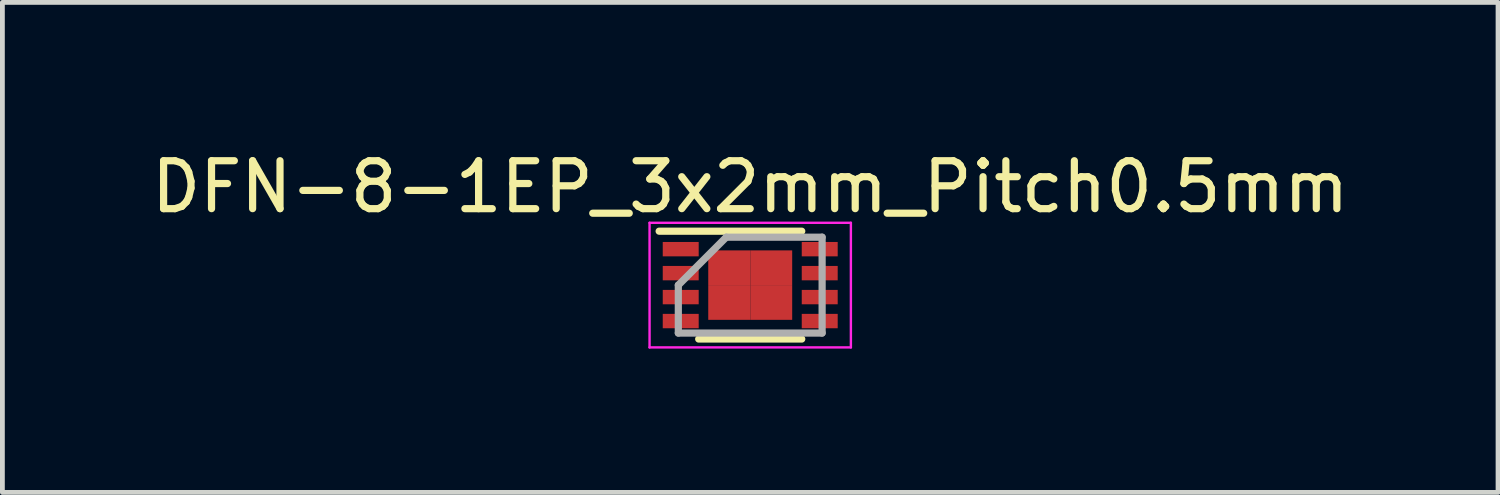
<source format=kicad_pcb>
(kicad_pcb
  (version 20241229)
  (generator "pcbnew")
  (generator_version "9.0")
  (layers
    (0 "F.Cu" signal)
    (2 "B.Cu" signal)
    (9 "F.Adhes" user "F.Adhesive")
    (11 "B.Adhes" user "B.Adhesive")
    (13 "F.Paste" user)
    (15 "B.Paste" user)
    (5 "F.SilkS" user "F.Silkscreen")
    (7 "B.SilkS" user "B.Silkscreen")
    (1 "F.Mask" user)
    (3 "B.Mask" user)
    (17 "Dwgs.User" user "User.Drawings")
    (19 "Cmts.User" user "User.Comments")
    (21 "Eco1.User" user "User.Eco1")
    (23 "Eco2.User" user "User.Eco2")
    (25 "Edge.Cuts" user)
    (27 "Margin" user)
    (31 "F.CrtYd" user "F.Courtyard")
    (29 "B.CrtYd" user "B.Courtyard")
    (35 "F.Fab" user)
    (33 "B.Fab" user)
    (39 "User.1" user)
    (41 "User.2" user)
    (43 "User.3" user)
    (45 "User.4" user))
  (footprint "DFN-8-1EP_3x2mm_Pitch0.5mm"
    (layer "F.Cu")
    (at 12.601 2.898)
    (property "Reference" "DFN-8-1EP_3x2mm_Pitch0.5mm" (at 0 -2.05 0) (layer "F.SilkS") (effects (font (size 1 1) (thickness 0.15))))
    (attr smd)
    (fp_line (start -1.9 -1.125) (end 1.075 -1.125) (stroke (width 0.15) (type solid)) (layer "F.SilkS"))
    (fp_line (start -1.075 1.125) (end 1.075 1.125) (stroke (width 0.15) (type solid)) (layer "F.SilkS"))
    (fp_line (start -2.1 -1.3) (end -2.1 1.3) (stroke (width 0.05) (type solid)) (layer "F.CrtYd"))
    (fp_line (start -2.1 -1.3) (end 2.1 -1.3) (stroke (width 0.05) (type solid)) (layer "F.CrtYd"))
    (fp_line (start -2.1 1.3) (end 2.1 1.3) (stroke (width 0.05) (type solid)) (layer "F.CrtYd"))
    (fp_line (start 2.1 -1.3) (end 2.1 1.3) (stroke (width 0.05) (type solid)) (layer "F.CrtYd"))
    (fp_line (start -1.5 0) (end -0.5 -1) (stroke (width 0.15) (type solid)) (layer "F.Fab"))
    (fp_line (start -1.5 1) (end -1.5 0) (stroke (width 0.15) (type solid)) (layer "F.Fab"))
    (fp_line (start -0.5 -1) (end 1.5 -1) (stroke (width 0.15) (type solid)) (layer "F.Fab"))
    (fp_line (start 1.5 -1) (end 1.5 1) (stroke (width 0.15) (type solid)) (layer "F.Fab"))
    (fp_line (start 1.5 1) (end -1.5 1) (stroke (width 0.15) (type solid)) (layer "F.Fab"))
    (pad "1" smd rect (at -1.45 -0.75) (size 0.75 0.3) (layers "F.Cu" "F.Mask" "F.Paste"))
    (pad "2" smd rect (at -1.45 -0.25) (size 0.75 0.3) (layers "F.Cu" "F.Mask" "F.Paste"))
    (pad "3" smd rect (at -1.45 0.25) (size 0.75 0.3) (layers "F.Cu" "F.Mask" "F.Paste"))
    (pad "4" smd rect (at -1.45 0.75) (size 0.75 0.3) (layers "F.Cu" "F.Mask" "F.Paste"))
    (pad "5" smd rect (at 1.45 0.75) (size 0.75 0.3) (layers "F.Cu" "F.Mask" "F.Paste"))
    (pad "6" smd rect (at 1.45 0.25) (size 0.75 0.3) (layers "F.Cu" "F.Mask" "F.Paste"))
    (pad "7" smd rect (at 1.45 -0.25) (size 0.75 0.3) (layers "F.Cu" "F.Mask" "F.Paste"))
    (pad "8" smd rect (at 1.45 -0.75) (size 0.75 0.3) (layers "F.Cu" "F.Mask" "F.Paste"))
    (pad "9" smd rect (at -0.438 -0.362) (size 0.875 0.725) (layers "F.Cu" "F.Mask" "F.Paste"))
    (pad "9" smd rect (at -0.438 0.362) (size 0.875 0.725) (layers "F.Cu" "F.Mask" "F.Paste"))
    (pad "9" smd rect (at 0.438 -0.362) (size 0.875 0.725) (layers "F.Cu" "F.Mask" "F.Paste"))
    (pad "9" smd rect (at 0.438 0.362) (size 0.875 0.725) (layers "F.Cu" "F.Mask" "F.Paste")))
  (gr_rect
    (start -3 -3)
    (end 28.202 7.223)
    (stroke (width 0.1) (type default))
    (fill no)
    (layer "Edge.Cuts")))
</source>
